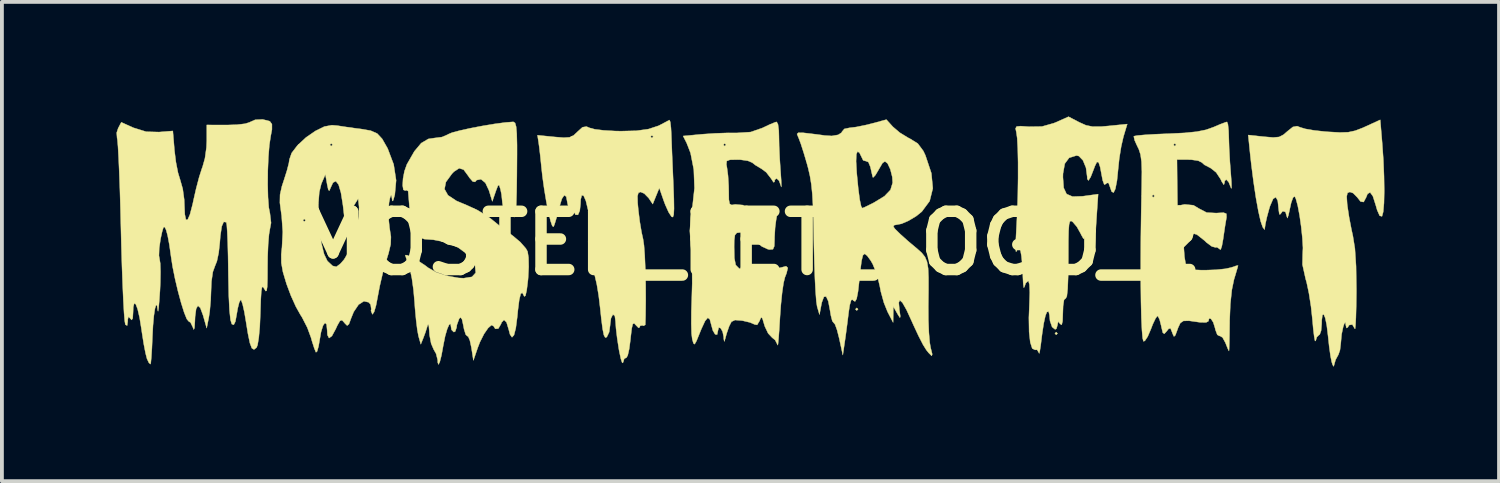
<source format=kicad_pcb>
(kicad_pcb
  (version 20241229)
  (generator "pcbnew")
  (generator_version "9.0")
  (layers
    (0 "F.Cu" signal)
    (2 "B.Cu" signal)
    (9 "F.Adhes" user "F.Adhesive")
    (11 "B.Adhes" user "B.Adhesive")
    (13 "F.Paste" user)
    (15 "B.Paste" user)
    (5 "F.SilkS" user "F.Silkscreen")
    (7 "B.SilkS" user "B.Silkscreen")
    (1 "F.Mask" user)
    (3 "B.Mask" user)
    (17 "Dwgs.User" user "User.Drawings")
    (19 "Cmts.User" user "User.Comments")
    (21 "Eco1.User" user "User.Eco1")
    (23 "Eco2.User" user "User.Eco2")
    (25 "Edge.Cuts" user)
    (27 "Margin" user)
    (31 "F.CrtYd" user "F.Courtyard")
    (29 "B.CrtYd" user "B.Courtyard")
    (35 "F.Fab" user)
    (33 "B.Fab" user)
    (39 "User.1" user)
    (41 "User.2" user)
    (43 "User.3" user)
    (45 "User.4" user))
  (footprint "MOSTER_FET_LOGO_2"
    (layer "F.Cu")
    (at 16.592 3.316)
    (property "Reference" "MOSTER_FET_LOGO_2" (at 0 0 0) (layer "F.SilkS") (effects (font (size 1.524 1.524) (thickness 0.3))))
    (attr through_hole)
    (fp_poly (pts (xy 2.822 1.729) (xy 2.787 1.764) (xy 2.752 1.729) (xy 2.787 1.693) (xy 2.822 1.729)) (stroke (width 0.01) (type solid)) (fill yes) (layer "F.SilkS"))
    (fp_poly (pts (xy 8.043 2.364) (xy 8.008 2.399) (xy 7.973 2.364) (xy 8.008 2.328) (xy 8.043 2.364)) (stroke (width 0.01) (type solid)) (fill yes) (layer "F.SilkS"))
    (fp_poly (pts (xy 16.542 -2.62) (xy 16.573 -2.178) (xy 16.59 -1.753) (xy 16.596 -1.368) (xy 16.589 -1.05) (xy 16.569 -0.82) (xy 16.538 -0.706) (xy 16.535 -0.702) (xy 16.476 -0.718) (xy 16.41 -0.868) (xy 16.376 -0.987) (xy 16.299 -1.229) (xy 16.226 -1.33) (xy 16.159 -1.29) (xy 16.122 -1.199) (xy 16.057 -1.077) (xy 15.976 -1.09) (xy 15.891 -1.199) (xy 15.78 -1.311) (xy 15.696 -1.341) (xy 15.634 -1.316) (xy 15.613 -1.222) (xy 15.625 -1.027) (xy 15.632 -0.97) (xy 15.676 -0.679) (xy 15.739 -0.351) (xy 15.775 -0.188) (xy 15.828 0.141) (xy 15.858 0.605) (xy 15.867 1.199) (xy 15.867 1.293) (xy 15.862 1.652) (xy 15.854 1.944) (xy 15.844 2.147) (xy 15.833 2.243) (xy 15.826 2.24) (xy 15.761 2.13) (xy 15.678 2.143) (xy 15.64 2.205) (xy 15.607 2.222) (xy 15.591 2.152) (xy 15.576 2.069) (xy 15.548 2.112) (xy 15.522 2.187) (xy 15.48 2.384) (xy 15.459 2.612) (xy 15.459 2.614) (xy 15.437 2.8) (xy 15.394 2.924) (xy 15.388 2.932) (xy 15.322 3.053) (xy 15.297 3.14) (xy 15.273 3.226) (xy 15.245 3.187) (xy 15.219 3.104) (xy 15.188 2.946) (xy 15.154 2.7) (xy 15.124 2.419) (xy 15.123 2.414) (xy 15.09 2.143) (xy 15.05 1.955) (xy 15.011 1.863) (xy 14.978 1.88) (xy 14.96 2.018) (xy 14.958 2.113) (xy 14.943 2.291) (xy 14.907 2.391) (xy 14.892 2.399) (xy 14.831 2.459) (xy 14.8 2.558) (xy 14.784 2.56) (xy 14.762 2.444) (xy 14.736 2.229) (xy 14.717 2.011) (xy 14.679 1.659) (xy 14.625 1.314) (xy 14.565 1.029) (xy 14.538 0.935) (xy 14.455 0.56) (xy 14.46 0.3) (xy 14.468 0.123) (xy 14.453 -0.133) (xy 14.422 -0.428) (xy 14.38 -0.725) (xy 14.331 -0.984) (xy 14.281 -1.166) (xy 14.251 -1.225) (xy 14.209 -1.196) (xy 14.16 -1.061) (xy 14.126 -0.907) (xy 14.088 -0.731) (xy 14.06 -0.657) (xy 14.049 -0.688) (xy 14.01 -0.818) (xy 13.937 -0.839) (xy 13.876 -0.758) (xy 13.85 -0.755) (xy 13.834 -0.865) (xy 13.833 -0.882) (xy 13.808 -1.112) (xy 13.757 -1.205) (xy 13.687 -1.159) (xy 13.606 -0.973) (xy 13.588 -0.916) (xy 13.525 -0.686) (xy 13.484 -0.5) (xy 13.474 -0.428) (xy 13.463 -0.355) (xy 13.419 -0.412) (xy 13.413 -0.423) (xy 13.361 -0.572) (xy 13.301 -0.836) (xy 13.237 -1.189) (xy 13.174 -1.607) (xy 13.116 -2.062) (xy 13.084 -2.35) (xy 13.035 -2.831) (xy 13.45 -2.787) (xy 13.691 -2.767) (xy 13.844 -2.781) (xy 13.96 -2.841) (xy 14.058 -2.926) (xy 14.204 -3.043) (xy 14.315 -3.064) (xy 14.395 -3.033) (xy 14.531 -2.992) (xy 14.763 -2.952) (xy 15.048 -2.921) (xy 15.126 -2.915) (xy 15.434 -2.898) (xy 15.654 -2.905) (xy 15.836 -2.944) (xy 16.034 -3.02) (xy 16.102 -3.051) (xy 16.491 -3.229) (xy 16.542 -2.62)) (stroke (width 0.01) (type solid)) (fill yes) (layer "F.SilkS"))
    (fp_poly (pts (xy 8.611 -3.165) (xy 8.788 -3.086) (xy 8.962 -3.051) (xy 9.186 -3.052) (xy 9.379 -3.069) (xy 9.868 -3.118) (xy 9.768 -2.786) (xy 9.71 -2.534) (xy 9.659 -2.218) (xy 9.632 -1.962) (xy 9.599 -1.637) (xy 9.557 -1.421) (xy 9.509 -1.323) (xy 9.459 -1.351) (xy 9.424 -1.451) (xy 9.378 -1.578) (xy 9.329 -1.575) (xy 9.314 -1.553) (xy 9.267 -1.533) (xy 9.225 -1.644) (xy 9.208 -1.733) (xy 9.159 -1.992) (xy 9.117 -2.119) (xy 9.073 -2.124) (xy 9.019 -2.014) (xy 8.997 -1.953) (xy 8.91 -1.731) (xy 8.851 -1.64) (xy 8.822 -1.683) (xy 8.819 -1.742) (xy 8.788 -1.975) (xy 8.709 -2.168) (xy 8.601 -2.281) (xy 8.54 -2.295) (xy 8.347 -2.235) (xy 8.233 -2.082) (xy 8.186 -1.82) (xy 8.184 -1.729) (xy 8.204 -1.449) (xy 8.28 -1.287) (xy 8.436 -1.22) (xy 8.696 -1.228) (xy 8.749 -1.235) (xy 9.106 -1.284) (xy 9.071 -0.765) (xy 9.052 -0.476) (xy 9.037 -0.214) (xy 9.028 -0.036) (xy 9.028 -0.035) (xy 9.02 0.176) (xy 8.949 -0.018) (xy 8.873 -0.159) (xy 8.797 -0.212) (xy 8.75 -0.16) (xy 8.746 -0.123) (xy 8.721 -0.118) (xy 8.664 -0.219) (xy 8.651 -0.247) (xy 8.55 -0.428) (xy 8.442 -0.555) (xy 8.398 -0.583) (xy 8.366 -0.566) (xy 8.345 -0.486) (xy 8.333 -0.326) (xy 8.327 -0.066) (xy 8.326 0.313) (xy 8.326 0.419) (xy 8.321 0.871) (xy 8.308 1.196) (xy 8.287 1.39) (xy 8.257 1.447) (xy 8.255 1.446) (xy 8.213 1.483) (xy 8.189 1.645) (xy 8.183 1.813) (xy 8.175 2.041) (xy 8.152 2.137) (xy 8.114 2.117) (xy 8.059 2.052) (xy 8.045 2.118) (xy 8.044 2.134) (xy 8.014 2.239) (xy 7.98 2.258) (xy 7.901 2.195) (xy 7.846 2.036) (xy 7.832 1.885) (xy 7.81 1.788) (xy 7.764 1.803) (xy 7.725 1.902) (xy 7.681 2.102) (xy 7.641 2.365) (xy 7.632 2.435) (xy 7.602 2.677) (xy 7.577 2.837) (xy 7.561 2.89) (xy 7.559 2.877) (xy 7.509 2.791) (xy 7.454 2.793) (xy 7.381 2.757) (xy 7.329 2.595) (xy 7.299 2.323) (xy 7.293 1.953) (xy 7.307 1.592) (xy 7.317 1.291) (xy 7.308 1.084) (xy 7.282 0.991) (xy 7.274 0.988) (xy 7.21 1.048) (xy 7.176 1.147) (xy 7.159 1.165) (xy 7.145 1.064) (xy 7.135 0.865) (xy 7.135 0.847) (xy 7.122 0.577) (xy 7.099 0.341) (xy 7.076 0.212) (xy 7.028 0.035) (xy 6.973 0.212) (xy 6.954 0.22) (xy 6.947 0.108) (xy 6.952 -0.104) (xy 6.965 -0.353) (xy 6.988 -0.788) (xy 7.003 -1.245) (xy 7.01 -1.698) (xy 7.01 -2.118) (xy 7.002 -2.478) (xy 6.987 -2.75) (xy 6.966 -2.898) (xy 6.944 -3.003) (xy 6.971 -3.054) (xy 7.078 -3.064) (xy 7.294 -3.049) (xy 7.635 -3.054) (xy 7.947 -3.142) (xy 8.001 -3.164) (xy 8.331 -3.311) (xy 8.611 -3.165)) (stroke (width 0.01) (type solid)) (fill yes) (layer "F.SilkS"))
    (fp_poly (pts (xy -10.811 -3.077) (xy -10.575 -3.041) (xy -10.294 -3.002) (xy -10.195 -2.99) (xy -9.939 -2.946) (xy -9.768 -2.871) (xy -9.638 -2.732) (xy -9.504 -2.498) (xy -9.491 -2.472) (xy -9.336 -2.062) (xy -9.272 -1.645) (xy -9.306 -1.271) (xy -9.306 -1.27) (xy -9.348 -1.122) (xy -9.371 -1.103) (xy -9.385 -1.199) (xy -9.403 -1.262) (xy -9.433 -1.185) (xy -9.458 -1.058) (xy -9.479 -0.739) (xy -9.445 -0.403) (xy -9.442 -0.388) (xy -9.408 -0.166) (xy -9.415 0.03) (xy -9.47 0.262) (xy -9.52 0.424) (xy -9.614 0.749) (xy -9.701 1.121) (xy -9.752 1.39) (xy -9.798 1.63) (xy -9.847 1.797) (xy -9.889 1.861) (xy -9.895 1.859) (xy -9.931 1.769) (xy -9.922 1.727) (xy -9.939 1.609) (xy -9.989 1.548) (xy -10.116 1.519) (xy -10.254 1.608) (xy -10.382 1.797) (xy -10.449 1.961) (xy -10.507 2.118) (xy -10.554 2.158) (xy -10.615 2.098) (xy -10.627 2.082) (xy -10.689 2.015) (xy -10.742 2.033) (xy -10.811 2.154) (xy -10.853 2.246) (xy -10.953 2.431) (xy -11.028 2.484) (xy -11.07 2.403) (xy -11.077 2.285) (xy -11.093 2.124) (xy -11.134 2.086) (xy -11.186 2.158) (xy -11.238 2.326) (xy -11.266 2.487) (xy -11.303 2.701) (xy -11.341 2.834) (xy -11.371 2.857) (xy -11.415 2.75) (xy -11.475 2.563) (xy -11.5 2.472) (xy -11.597 2.21) (xy -11.735 1.94) (xy -11.778 1.873) (xy -11.897 1.66) (xy -12.027 1.372) (xy -12.14 1.07) (xy -12.144 1.058) (xy -12.235 0.753) (xy -12.277 0.518) (xy -12.279 0.293) (xy -12.26 0.106) (xy -12.239 -0.294) (xy -12.261 -0.6) (xy -11.712 -0.6) (xy -11.677 -0.564) (xy -11.642 -0.6) (xy -11.677 -0.635) (xy -11.712 -0.6) (xy -12.261 -0.6) (xy -12.269 -0.717) (xy -12.278 -0.776) (xy -12.312 -1.035) (xy -11.307 -1.035) (xy -11.303 -0.685) (xy -11.275 -0.323) (xy -11.225 0.013) (xy -11.158 0.286) (xy -11.075 0.46) (xy -11.065 0.472) (xy -10.934 0.595) (xy -10.836 0.618) (xy -10.726 0.534) (xy -10.634 0.428) (xy -10.519 0.233) (xy -10.408 -0.052) (xy -10.315 -0.376) (xy -10.254 -0.689) (xy -10.241 -0.939) (xy -10.243 -0.962) (xy -10.266 -1.164) (xy -10.442 -0.882) (xy -10.619 -0.6) (xy -10.663 -0.988) (xy -10.716 -1.32) (xy -10.779 -1.534) (xy -10.851 -1.624) (xy -10.925 -1.584) (xy -10.981 -1.464) (xy -11.02 -1.374) (xy -11.047 -1.396) (xy -11.079 -1.544) (xy -11.08 -1.552) (xy -11.124 -1.799) (xy -11.231 -1.552) (xy -11.284 -1.336) (xy -11.307 -1.035) (xy -12.312 -1.035) (xy -12.315 -1.056) (xy -12.311 -1.27) (xy -12.262 -1.49) (xy -12.209 -1.651) (xy -12.132 -1.893) (xy -12.08 -2.094) (xy -12.065 -2.193) (xy -12.007 -2.36) (xy -11.853 -2.562) (xy -11.838 -2.575) (xy -11.007 -2.575) (xy -10.971 -2.54) (xy -10.936 -2.575) (xy -10.971 -2.611) (xy -11.007 -2.575) (xy -11.838 -2.575) (xy -11.631 -2.768) (xy -11.386 -2.937) (xy -11.15 -3.053) (xy -10.953 -3.089) (xy -10.811 -3.077)) (stroke (width 0.01) (type solid)) (fill yes) (layer "F.SilkS"))
    (fp_poly (pts (xy -2.095 -3.173) (xy -2.077 -3.019) (xy -2.069 -2.875) (xy -2.061 -2.662) (xy -2.049 -2.348) (xy -2.033 -1.975) (xy -2.016 -1.584) (xy -2.015 -1.555) (xy -2.001 -1.168) (xy -1.997 -0.904) (xy -2.005 -0.749) (xy -2.026 -0.683) (xy -2.061 -0.692) (xy -2.063 -0.694) (xy -2.138 -0.81) (xy -2.226 -1.005) (xy -2.267 -1.114) (xy -2.382 -1.446) (xy -2.468 -1.235) (xy -2.554 -1.023) (xy -2.661 -1.182) (xy -2.777 -1.3) (xy -2.874 -1.341) (xy -2.929 -1.318) (xy -2.953 -1.233) (xy -2.949 -1.057) (xy -2.931 -0.864) (xy -2.894 -0.567) (xy -2.846 -0.281) (xy -2.807 -0.106) (xy -2.783 0.057) (xy -2.763 0.329) (xy -2.748 0.682) (xy -2.739 1.082) (xy -2.737 1.501) (xy -2.742 1.907) (xy -2.749 2.138) (xy -2.796 2.164) (xy -2.822 2.152) (xy -2.886 2.163) (xy -2.893 2.197) (xy -2.925 2.218) (xy -2.99 2.152) (xy -3.041 2.097) (xy -3.077 2.117) (xy -3.104 2.231) (xy -3.132 2.462) (xy -3.138 2.526) (xy -3.17 2.767) (xy -3.208 2.935) (xy -3.243 2.999) (xy -3.248 2.997) (xy -3.301 3.027) (xy -3.33 3.121) (xy -3.352 3.136) (xy -3.387 3.033) (xy -3.43 2.834) (xy -3.441 2.773) (xy -3.485 2.487) (xy -3.516 2.225) (xy -3.528 2.046) (xy -3.547 1.903) (xy -3.595 1.868) (xy -3.598 1.87) (xy -3.647 1.964) (xy -3.669 2.133) (xy -3.669 2.142) (xy -3.695 2.329) (xy -3.757 2.458) (xy -3.757 2.459) (xy -3.798 2.471) (xy -3.833 2.406) (xy -3.866 2.245) (xy -3.901 1.973) (xy -3.926 1.731) (xy -3.968 1.381) (xy -4.018 1.078) (xy -4.07 0.855) (xy -4.108 0.758) (xy -4.175 0.562) (xy -4.149 0.388) (xy -4.12 0.211) (xy -4.122 -0.025) (xy -4.158 -0.345) (xy -4.229 -0.772) (xy -4.246 -0.864) (xy -4.304 -1.107) (xy -4.362 -1.24) (xy -4.411 -1.255) (xy -4.44 -1.144) (xy -4.445 -1.027) (xy -4.464 -0.851) (xy -4.509 -0.746) (xy -4.516 -0.741) (xy -4.581 -0.746) (xy -4.586 -0.772) (xy -4.639 -0.83) (xy -4.674 -0.829) (xy -4.744 -0.878) (xy -4.784 -1.037) (xy -4.785 -1.041) (xy -4.818 -1.217) (xy -4.869 -1.257) (xy -4.932 -1.164) (xy -5.001 -0.941) (xy -5.011 -0.9) (xy -5.07 -0.672) (xy -5.125 -0.493) (xy -5.15 -0.431) (xy -5.184 -0.45) (xy -5.23 -0.583) (xy -5.284 -0.806) (xy -5.341 -1.092) (xy -5.395 -1.416) (xy -5.442 -1.753) (xy -5.47 -2.011) (xy -5.497 -2.277) (xy -5.525 -2.515) (xy -5.541 -2.63) (xy -5.571 -2.826) (xy -5.132 -2.782) (xy -4.884 -2.762) (xy -4.731 -2.772) (xy -4.699 -2.787) (xy -2.611 -2.787) (xy -2.575 -2.752) (xy -2.54 -2.787) (xy -2.575 -2.822) (xy -2.611 -2.787) (xy -4.699 -2.787) (xy -4.625 -2.822) (xy -4.523 -2.918) (xy -4.394 -3.035) (xy -4.289 -3.053) (xy -4.206 -3.018) (xy -4.072 -2.982) (xy -3.837 -2.953) (xy -3.542 -2.936) (xy -3.387 -2.933) (xy -2.983 -2.943) (xy -2.67 -2.986) (xy -2.401 -3.074) (xy -2.129 -3.217) (xy -2.117 -3.224) (xy -2.095 -3.173)) (stroke (width 0.01) (type solid)) (fill yes) (layer "F.SilkS"))
    (fp_poly (pts (xy 0.725 -3.111) (xy 0.746 -2.948) (xy 0.75 -2.805) (xy 0.755 -2.545) (xy 0.77 -2.215) (xy 0.792 -1.883) (xy 0.793 -1.87) (xy 0.809 -1.637) (xy 0.814 -1.498) (xy 0.808 -1.472) (xy 0.802 -1.499) (xy 0.753 -1.635) (xy 0.689 -1.695) (xy 0.641 -1.66) (xy 0.634 -1.605) (xy 0.608 -1.594) (xy 0.546 -1.689) (xy 0.544 -1.692) (xy 0.417 -1.856) (xy 0.293 -1.948) (xy 0.135 -2.042) (xy 0.051 -2.108) (xy -0.064 -2.157) (xy -0.259 -2.185) (xy -0.34 -2.187) (xy -0.532 -2.183) (xy -0.617 -2.151) (xy -0.626 -2.064) (xy -0.609 -1.967) (xy -0.583 -1.766) (xy -0.567 -1.502) (xy -0.564 -1.359) (xy -0.561 -1.139) (xy -0.54 -1.029) (xy -0.486 -0.999) (xy -0.397 -1.015) (xy -0.187 -0.997) (xy -0.041 -0.909) (xy 0.158 -0.803) (xy 0.403 -0.787) (xy 0.432 -0.789) (xy 0.612 -0.801) (xy 0.687 -0.773) (xy 0.689 -0.681) (xy 0.676 -0.611) (xy 0.649 -0.403) (xy 0.635 -0.154) (xy 0.635 -0.107) (xy 0.628 0.079) (xy 0.593 0.159) (xy 0.507 0.167) (xy 0.465 0.16) (xy 0.306 0.088) (xy 0.13 -0.047) (xy 0.099 -0.078) (xy -0.067 -0.21) (xy -0.23 -0.279) (xy -0.26 -0.282) (xy -0.354 -0.27) (xy -0.403 -0.21) (xy -0.421 -0.068) (xy -0.423 0.1) (xy -0.417 0.392) (xy -0.382 0.571) (xy -0.291 0.664) (xy -0.118 0.7) (xy 0.144 0.706) (xy 0.42 0.696) (xy 0.663 0.669) (xy 0.807 0.637) (xy 0.937 0.603) (xy 0.982 0.647) (xy 0.948 0.788) (xy 0.906 0.895) (xy 0.87 1.043) (xy 0.833 1.296) (xy 0.8 1.616) (xy 0.777 1.94) (xy 0.758 2.253) (xy 0.74 2.494) (xy 0.726 2.64) (xy 0.718 2.67) (xy 0.717 2.666) (xy 0.65 2.536) (xy 0.572 2.473) (xy 0.467 2.361) (xy 0.379 2.176) (xy 0.367 2.136) (xy 0.319 1.975) (xy 0.286 1.937) (xy 0.252 2.008) (xy 0.245 2.03) (xy 0.179 2.139) (xy 0.115 2.128) (xy -0.004 2.076) (xy -0.193 2.031) (xy -0.223 2.026) (xy -0.4 2.012) (xy -0.494 2.057) (xy -0.554 2.175) (xy -0.621 2.369) (xy -0.658 2.505) (xy -0.681 2.574) (xy -0.694 2.51) (xy -0.697 2.456) (xy -0.724 2.319) (xy -0.775 2.226) (xy -0.825 2.207) (xy -0.847 2.289) (xy -0.869 2.394) (xy -0.921 2.386) (xy -0.981 2.284) (xy -1.02 2.143) (xy -1.061 1.991) (xy -1.113 1.953) (xy -1.184 2.037) (xy -1.282 2.248) (xy -1.329 2.364) (xy -1.41 2.563) (xy -1.457 2.645) (xy -1.488 2.623) (xy -1.52 2.512) (xy -1.538 2.362) (xy -1.545 2.108) (xy -1.543 1.785) (xy -1.532 1.449) (xy -1.521 1.054) (xy -1.523 0.654) (xy -1.536 0.299) (xy -1.555 0.088) (xy -1.583 -0.322) (xy -1.553 -0.723) (xy -1.514 -0.957) (xy -1.461 -1.441) (xy -1.479 -1.924) (xy -1.564 -2.36) (xy -1.647 -2.575) (xy -0.706 -2.575) (xy -0.67 -2.54) (xy -0.635 -2.575) (xy -0.67 -2.611) (xy -0.706 -2.575) (xy -1.647 -2.575) (xy -1.665 -2.62) (xy -1.759 -2.806) (xy -1.25 -2.853) (xy -0.924 -2.875) (xy -0.587 -2.887) (xy -0.353 -2.886) (xy 0.008 -2.909) (xy 0.319 -3.017) (xy 0.333 -3.024) (xy 0.521 -3.113) (xy 0.658 -3.168) (xy 0.691 -3.175) (xy 0.725 -3.111)) (stroke (width 0.01) (type solid)) (fill yes) (layer "F.SilkS"))
    (fp_poly (pts (xy 3.732 -3.048) (xy 3.912 -2.894) (xy 4.136 -2.757) (xy 4.174 -2.739) (xy 4.384 -2.609) (xy 4.529 -2.415) (xy 4.584 -2.299) (xy 4.74 -1.832) (xy 4.778 -1.435) (xy 4.695 -1.102) (xy 4.49 -0.826) (xy 4.342 -0.707) (xy 4.138 -0.585) (xy 3.958 -0.508) (xy 3.885 -0.494) (xy 3.768 -0.472) (xy 3.739 -0.439) (xy 3.79 -0.371) (xy 3.924 -0.239) (xy 4.117 -0.066) (xy 4.197 0.002) (xy 4.365 0.142) (xy 4.489 0.254) (xy 4.573 0.36) (xy 4.626 0.486) (xy 4.655 0.657) (xy 4.665 0.896) (xy 4.665 1.227) (xy 4.66 1.658) (xy 4.662 2.013) (xy 4.675 2.338) (xy 4.696 2.594) (xy 4.72 2.734) (xy 4.763 2.906) (xy 4.749 2.951) (xy 4.669 2.872) (xy 4.609 2.797) (xy 4.522 2.657) (xy 4.404 2.427) (xy 4.275 2.151) (xy 4.233 2.057) (xy 4.091 1.748) (xy 3.984 1.559) (xy 3.914 1.494) (xy 3.887 1.555) (xy 3.903 1.746) (xy 3.927 1.912) (xy 3.918 1.951) (xy 3.87 1.879) (xy 3.844 1.834) (xy 3.744 1.658) (xy 3.742 1.867) (xy 3.739 2.076) (xy 3.593 1.796) (xy 3.498 1.56) (xy 3.417 1.268) (xy 3.388 1.116) (xy 3.316 0.819) (xy 3.204 0.545) (xy 3.153 0.457) (xy 3.06 0.33) (xy 2.994 0.278) (xy 2.948 0.317) (xy 2.913 0.459) (xy 2.879 0.72) (xy 2.856 0.953) (xy 2.82 1.268) (xy 2.784 1.455) (xy 2.742 1.527) (xy 2.692 1.498) (xy 2.679 1.478) (xy 2.641 1.489) (xy 2.603 1.621) (xy 2.575 1.806) (xy 2.537 2.113) (xy 2.495 2.431) (xy 2.474 2.575) (xy 2.422 2.928) (xy 2.327 2.491) (xy 2.271 2.271) (xy 2.218 2.125) (xy 2.183 2.084) (xy 2.147 2.039) (xy 2.109 1.891) (xy 2.088 1.765) (xy 2.041 1.518) (xy 1.985 1.396) (xy 1.927 1.404) (xy 1.873 1.548) (xy 1.861 1.603) (xy 1.811 1.87) (xy 1.749 1.658) (xy 1.729 1.525) (xy 1.71 1.275) (xy 1.692 0.934) (xy 1.677 0.526) (xy 1.666 0.076) (xy 1.664 -0.035) (xy 1.655 -0.558) (xy 1.642 -0.965) (xy 1.624 -1.283) (xy 1.598 -1.539) (xy 1.562 -1.759) (xy 1.514 -1.967) (xy 1.483 -2.081) (xy 1.465 -2.144) (xy 2.769 -2.144) (xy 2.785 -1.854) (xy 2.785 -1.852) (xy 2.825 -1.439) (xy 2.864 -1.14) (xy 2.902 -0.963) (xy 2.931 -0.917) (xy 3.005 -0.947) (xy 3.158 -1.022) (xy 3.235 -1.061) (xy 3.512 -1.23) (xy 3.67 -1.395) (xy 3.727 -1.582) (xy 3.717 -1.733) (xy 3.666 -1.934) (xy 3.596 -2.083) (xy 3.588 -2.093) (xy 3.525 -2.141) (xy 3.461 -2.098) (xy 3.371 -1.944) (xy 3.362 -1.928) (xy 3.275 -1.781) (xy 3.217 -1.72) (xy 3.205 -1.729) (xy 3.178 -1.845) (xy 3.144 -1.996) (xy 3.091 -2.124) (xy 3.027 -2.148) (xy 2.955 -2.168) (xy 2.915 -2.251) (xy 2.857 -2.369) (xy 2.808 -2.399) (xy 2.777 -2.332) (xy 2.769 -2.144) (xy 1.465 -2.144) (xy 1.4 -2.362) (xy 1.323 -2.602) (xy 1.264 -2.759) (xy 1.254 -2.78) (xy 1.223 -2.858) (xy 1.258 -2.891) (xy 1.388 -2.889) (xy 1.528 -2.873) (xy 1.744 -2.847) (xy 1.901 -2.826) (xy 1.942 -2.819) (xy 2.133 -2.807) (xy 2.3 -2.836) (xy 2.393 -2.896) (xy 2.399 -2.917) (xy 2.461 -2.991) (xy 2.593 -3.019) (xy 2.771 -3.041) (xy 3.017 -3.091) (xy 3.175 -3.13) (xy 3.563 -3.235) (xy 3.732 -3.048)) (stroke (width 0.01) (type solid)) (fill yes) (layer "F.SilkS"))
    (fp_poly (pts (xy 12.504 -3.111) (xy 12.521 -2.945) (xy 12.527 -2.769) (xy 12.536 -2.482) (xy 12.555 -2.135) (xy 12.578 -1.834) (xy 12.595 -1.605) (xy 12.599 -1.463) (xy 12.59 -1.432) (xy 12.585 -1.446) (xy 12.523 -1.599) (xy 12.46 -1.666) (xy 12.42 -1.629) (xy 12.415 -1.584) (xy 12.397 -1.529) (xy 12.345 -1.605) (xy 12.312 -1.676) (xy 12.196 -1.852) (xy 12.049 -1.968) (xy 12.04 -1.972) (xy 11.891 -2.049) (xy 11.821 -2.112) (xy 11.727 -2.159) (xy 11.548 -2.185) (xy 11.472 -2.187) (xy 11.17 -2.187) (xy 11.176 -1.583) (xy 11.183 -0.978) (xy 11.371 -1.015) (xy 11.601 -0.993) (xy 11.744 -0.907) (xy 11.947 -0.801) (xy 12.2 -0.788) (xy 12.211 -0.789) (xy 12.39 -0.799) (xy 12.463 -0.771) (xy 12.467 -0.681) (xy 12.46 -0.637) (xy 12.43 -0.46) (xy 12.394 -0.218) (xy 12.378 -0.106) (xy 12.345 0.076) (xy 12.314 0.167) (xy 12.298 0.163) (xy 12.218 0.105) (xy 12.181 0.112) (xy 12.083 0.086) (xy 11.941 -0.019) (xy 11.89 -0.069) (xy 11.693 -0.224) (xy 11.505 -0.282) (xy 11.504 -0.282) (xy 11.396 -0.272) (xy 11.346 -0.217) (xy 11.337 -0.081) (xy 11.344 0.053) (xy 11.366 0.358) (xy 11.399 0.549) (xy 11.469 0.653) (xy 11.597 0.696) (xy 11.809 0.706) (xy 11.921 0.706) (xy 12.198 0.696) (xy 12.442 0.67) (xy 12.59 0.637) (xy 12.721 0.592) (xy 12.77 0.584) (xy 12.751 0.654) (xy 12.703 0.818) (xy 12.662 0.953) (xy 12.606 1.223) (xy 12.567 1.593) (xy 12.549 2.021) (xy 12.549 2.064) (xy 12.545 2.372) (xy 12.54 2.62) (xy 12.535 2.779) (xy 12.531 2.822) (xy 12.501 2.764) (xy 12.444 2.622) (xy 12.437 2.604) (xy 12.363 2.469) (xy 12.291 2.426) (xy 12.284 2.43) (xy 12.226 2.399) (xy 12.175 2.264) (xy 12.167 2.224) (xy 12.12 2.073) (xy 12.059 1.979) (xy 12.01 1.97) (xy 11.994 2.042) (xy 11.933 2.075) (xy 11.779 2.072) (xy 11.73 2.066) (xy 11.484 2.031) (xy 11.339 2.035) (xy 11.257 2.091) (xy 11.2 2.213) (xy 11.184 2.258) (xy 11.127 2.412) (xy 11.091 2.444) (xy 11.055 2.368) (xy 11.046 2.341) (xy 11.001 2.229) (xy 10.95 2.242) (xy 10.901 2.305) (xy 10.838 2.373) (xy 10.799 2.344) (xy 10.763 2.196) (xy 10.758 2.169) (xy 10.715 2) (xy 10.67 1.91) (xy 10.66 1.905) (xy 10.611 1.966) (xy 10.537 2.121) (xy 10.484 2.258) (xy 10.403 2.446) (xy 10.329 2.557) (xy 10.293 2.57) (xy 10.271 2.487) (xy 10.253 2.278) (xy 10.238 1.957) (xy 10.228 1.54) (xy 10.222 1.04) (xy 10.221 0.473) (xy 10.224 -0.147) (xy 10.233 -0.805) (xy 10.241 -1.235) (xy 10.513 -1.235) (xy 10.548 -1.199) (xy 10.583 -1.235) (xy 10.548 -1.27) (xy 10.513 -1.235) (xy 10.241 -1.235) (xy 10.246 -1.486) (xy 10.246 -1.499) (xy 10.251 -1.87) (xy 10.242 -2.133) (xy 10.216 -2.319) (xy 10.17 -2.462) (xy 10.136 -2.529) (xy 10.115 -2.575) (xy 11.077 -2.575) (xy 11.113 -2.54) (xy 11.148 -2.575) (xy 11.113 -2.611) (xy 11.077 -2.575) (xy 10.115 -2.575) (xy 10.063 -2.689) (xy 10.04 -2.79) (xy 10.044 -2.801) (xy 10.125 -2.817) (xy 10.318 -2.835) (xy 10.595 -2.852) (xy 10.927 -2.866) (xy 10.943 -2.866) (xy 11.37 -2.887) (xy 11.687 -2.919) (xy 11.926 -2.967) (xy 12.119 -3.035) (xy 12.12 -3.036) (xy 12.312 -3.117) (xy 12.447 -3.167) (xy 12.48 -3.175) (xy 12.504 -3.111)) (stroke (width 0.01) (type solid)) (fill yes) (layer "F.SilkS"))
    (fp_poly (pts (xy -6.158 -3.147) (xy -6.13 -3.05) (xy -6.114 -2.866) (xy -6.107 -2.572) (xy -6.107 -2.311) (xy -6.111 -1.762) (xy -6.117 -1.342) (xy -6.126 -1.037) (xy -6.139 -0.834) (xy -6.157 -0.72) (xy -6.18 -0.682) (xy -6.209 -0.706) (xy -6.264 -0.773) (xy -6.278 -0.717) (xy -6.278 -0.71) (xy -6.302 -0.658) (xy -6.356 -0.703) (xy -6.419 -0.81) (xy -6.471 -0.944) (xy -6.49 -1.058) (xy -6.512 -1.274) (xy -6.54 -1.409) (xy -6.573 -1.514) (xy -6.604 -1.511) (xy -6.653 -1.387) (xy -6.67 -1.338) (xy -6.754 -1.094) (xy -6.842 -1.382) (xy -6.935 -1.579) (xy -7.05 -1.674) (xy -7.163 -1.652) (xy -7.206 -1.604) (xy -7.265 -1.613) (xy -7.356 -1.718) (xy -7.38 -1.756) (xy -7.505 -1.925) (xy -7.621 -1.962) (xy -7.758 -1.872) (xy -7.811 -1.817) (xy -7.969 -1.6) (xy -8.005 -1.416) (xy -7.915 -1.255) (xy -7.692 -1.107) (xy -7.413 -0.99) (xy -7.144 -0.866) (xy -6.883 -0.708) (xy -6.787 -0.636) (xy -6.568 -0.458) (xy -6.314 -0.264) (xy -6.209 -0.187) (xy -6.018 -0.025) (xy -5.875 0.139) (xy -5.83 0.22) (xy -5.806 0.376) (xy -5.801 0.622) (xy -5.816 0.91) (xy -5.82 0.958) (xy -5.853 1.227) (xy -5.886 1.376) (xy -5.917 1.395) (xy -5.924 1.381) (xy -5.97 1.296) (xy -6.011 1.326) (xy -6.049 1.48) (xy -6.085 1.765) (xy -6.1 1.923) (xy -6.139 2.224) (xy -6.186 2.406) (xy -6.238 2.464) (xy -6.29 2.391) (xy -6.326 2.256) (xy -6.382 2.071) (xy -6.448 2.008) (xy -6.511 2.075) (xy -6.526 2.116) (xy -6.597 2.237) (xy -6.677 2.242) (xy -6.72 2.172) (xy -6.774 2.144) (xy -6.863 2.221) (xy -6.971 2.377) (xy -7.077 2.587) (xy -7.135 2.736) (xy -7.249 3.069) (xy -7.301 2.735) (xy -7.341 2.548) (xy -7.386 2.443) (xy -7.407 2.434) (xy -7.45 2.393) (xy -7.494 2.251) (xy -7.509 2.17) (xy -7.547 1.993) (xy -7.587 1.942) (xy -7.622 1.977) (xy -7.682 2.141) (xy -7.689 2.205) (xy -7.724 2.31) (xy -7.761 2.328) (xy -7.821 2.27) (xy -7.832 2.208) (xy -7.846 2.112) (xy -7.884 2.132) (xy -7.934 2.245) (xy -7.988 2.429) (xy -8.035 2.663) (xy -8.037 2.673) (xy -8.085 2.936) (xy -8.129 3.109) (xy -8.163 3.176) (xy -8.182 3.124) (xy -8.184 3.059) (xy -8.226 2.892) (xy -8.288 2.783) (xy -8.355 2.628) (xy -8.397 2.407) (xy -8.402 2.328) (xy -8.415 2.172) (xy -8.435 2.123) (xy -8.448 2.152) (xy -8.503 2.329) (xy -8.555 2.469) (xy -8.626 2.646) (xy -8.686 2.434) (xy -8.717 2.27) (xy -8.749 2.01) (xy -8.778 1.699) (xy -8.788 1.552) (xy -8.817 1.224) (xy -8.86 0.917) (xy -8.91 0.682) (xy -8.93 0.616) (xy -8.994 0.439) (xy -9.029 0.326) (xy -9.031 0.312) (xy -8.979 0.316) (xy -8.85 0.376) (xy -8.683 0.471) (xy -8.518 0.579) (xy -8.431 0.645) (xy -8.226 0.761) (xy -7.941 0.855) (xy -7.637 0.91) (xy -7.505 0.917) (xy -7.287 0.882) (xy -7.188 0.774) (xy -7.206 0.587) (xy -7.23 0.523) (xy -7.388 0.305) (xy -7.646 0.115) (xy -7.965 -0.024) (xy -8.302 -0.09) (xy -8.325 -0.091) (xy -8.537 -0.107) (xy -8.658 -0.152) (xy -8.735 -0.258) (xy -8.791 -0.388) (xy -8.871 -0.64) (xy -8.924 -0.954) (xy -8.957 -1.362) (xy -9.005 -1.388) (xy -9.031 -1.376) (xy -9.082 -1.396) (xy -9.101 -1.513) (xy -9.091 -1.689) (xy -9.054 -1.884) (xy -8.992 -2.058) (xy -8.988 -2.067) (xy -8.795 -2.404) (xy -8.615 -2.619) (xy -8.429 -2.729) (xy -8.275 -2.752) (xy -8.072 -2.778) (xy -7.918 -2.844) (xy -7.908 -2.852) (xy -7.805 -2.895) (xy -7.597 -2.95) (xy -7.32 -3.011) (xy -7.009 -3.07) (xy -6.698 -3.122) (xy -6.422 -3.159) (xy -6.218 -3.175) (xy -6.2 -3.175) (xy -6.158 -3.147)) (stroke (width 0.01) (type solid)) (fill yes) (layer "F.SilkS"))
    (fp_poly (pts (xy -12.591 -3.196) (xy -12.574 -3.186) (xy -12.523 -3.115) (xy -12.523 -2.975) (xy -12.556 -2.8) (xy -12.591 -2.568) (xy -12.616 -2.255) (xy -12.631 -1.898) (xy -12.634 -1.535) (xy -12.626 -1.203) (xy -12.606 -0.937) (xy -12.575 -0.777) (xy -12.546 -0.531) (xy -12.573 -0.389) (xy -12.6 -0.231) (xy -12.622 0.028) (xy -12.635 0.348) (xy -12.638 0.6) (xy -12.64 0.934) (xy -12.647 1.144) (xy -12.663 1.245) (xy -12.689 1.254) (xy -12.721 1.199) (xy -12.758 1.142) (xy -12.784 1.158) (xy -12.802 1.267) (xy -12.815 1.482) (xy -12.826 1.822) (xy -12.826 1.83) (xy -12.841 2.181) (xy -12.867 2.469) (xy -12.899 2.665) (xy -12.926 2.733) (xy -12.992 2.784) (xy -13.049 2.75) (xy -13.1 2.615) (xy -13.152 2.365) (xy -13.2 2.068) (xy -13.245 1.801) (xy -13.291 1.598) (xy -13.329 1.491) (xy -13.34 1.482) (xy -13.378 1.545) (xy -13.419 1.707) (xy -13.442 1.841) (xy -13.48 2.051) (xy -13.522 2.136) (xy -13.572 2.12) (xy -13.607 2.011) (xy -13.634 1.761) (xy -13.653 1.373) (xy -13.664 0.846) (xy -13.665 0.766) (xy -13.671 0.357) (xy -13.68 -0.003) (xy -13.692 -0.289) (xy -13.705 -0.478) (xy -13.718 -0.547) (xy -13.785 -0.559) (xy -13.837 -0.441) (xy -13.874 -0.189) (xy -13.888 -0.015) (xy -13.917 0.25) (xy -13.964 0.474) (xy -14.014 0.598) (xy -14.07 0.752) (xy -14.106 1) (xy -14.115 1.198) (xy -14.126 1.492) (xy -14.151 1.777) (xy -14.175 1.94) (xy -14.231 2.223) (xy -14.326 1.889) (xy -14.398 1.694) (xy -14.46 1.637) (xy -14.507 1.716) (xy -14.535 1.926) (xy -14.54 2.046) (xy -14.551 2.221) (xy -14.57 2.261) (xy -14.594 2.201) (xy -14.653 2.078) (xy -14.704 2.045) (xy -14.753 1.984) (xy -14.821 1.814) (xy -14.9 1.563) (xy -14.982 1.26) (xy -15.059 0.934) (xy -15.124 0.613) (xy -15.168 0.327) (xy -15.169 0.318) (xy -15.208 0.042) (xy -15.253 -0.198) (xy -15.293 -0.346) (xy -15.331 -0.425) (xy -15.364 -0.413) (xy -15.4 -0.292) (xy -15.439 -0.11) (xy -15.474 0.13) (xy -15.481 0.327) (xy -15.466 0.412) (xy -15.447 0.53) (xy -15.44 0.752) (xy -15.445 1.04) (xy -15.454 1.235) (xy -15.473 1.508) (xy -15.49 1.698) (xy -15.504 1.783) (xy -15.511 1.764) (xy -15.531 1.63) (xy -15.557 1.62) (xy -15.586 1.715) (xy -15.614 1.9) (xy -15.637 2.156) (xy -15.652 2.446) (xy -15.665 2.743) (xy -15.68 2.983) (xy -15.694 3.133) (xy -15.703 3.167) (xy -15.744 3.132) (xy -15.794 3.026) (xy -15.832 2.879) (xy -15.879 2.637) (xy -15.925 2.346) (xy -15.937 2.261) (xy -15.987 1.953) (xy -16.039 1.727) (xy -16.088 1.597) (xy -16.128 1.574) (xy -16.153 1.67) (xy -16.158 1.803) (xy -16.168 1.97) (xy -16.197 2.01) (xy -16.228 1.976) (xy -16.278 1.924) (xy -16.297 1.996) (xy -16.298 2.046) (xy -16.313 2.157) (xy -16.355 2.136) (xy -16.361 2.127) (xy -16.377 2.035) (xy -16.395 1.82) (xy -16.413 1.498) (xy -16.431 1.088) (xy -16.449 0.605) (xy -16.465 0.068) (xy -16.474 -0.307) (xy -16.488 -0.872) (xy -16.503 -1.393) (xy -16.52 -1.855) (xy -16.537 -2.239) (xy -16.553 -2.528) (xy -16.568 -2.705) (xy -16.577 -2.752) (xy -16.587 -2.892) (xy -16.548 -3.011) (xy -16.467 -3.165) (xy -16.153 -3.023) (xy -15.815 -2.918) (xy -15.479 -2.909) (xy -15.117 -2.938) (xy -15.074 -2.421) (xy -15.037 -2.123) (xy -14.982 -1.843) (xy -14.923 -1.649) (xy -14.858 -1.42) (xy -14.82 -1.141) (xy -14.816 -1.032) (xy -14.804 -0.755) (xy -14.775 -0.616) (xy -14.729 -0.616) (xy -14.669 -0.752) (xy -14.598 -1.024) (xy -14.579 -1.114) (xy -14.507 -1.43) (xy -14.429 -1.727) (xy -14.357 -1.952) (xy -14.34 -1.996) (xy -14.277 -2.221) (xy -14.237 -2.507) (xy -14.229 -2.679) (xy -14.229 -3.095) (xy -13.704 -3.093) (xy -13.437 -3.102) (xy -13.225 -3.127) (xy -13.107 -3.164) (xy -13.102 -3.168) (xy -12.962 -3.23) (xy -12.766 -3.24) (xy -12.591 -3.196)) (stroke (width 0.01) (type solid)) (fill yes) (layer "F.SilkS")))
  (gr_rect
    (start -3 -3)
    (end 36.193 9.547)
    (stroke (width 0.1) (type default))
    (fill no)
    (layer "Edge.Cuts")))
</source>
